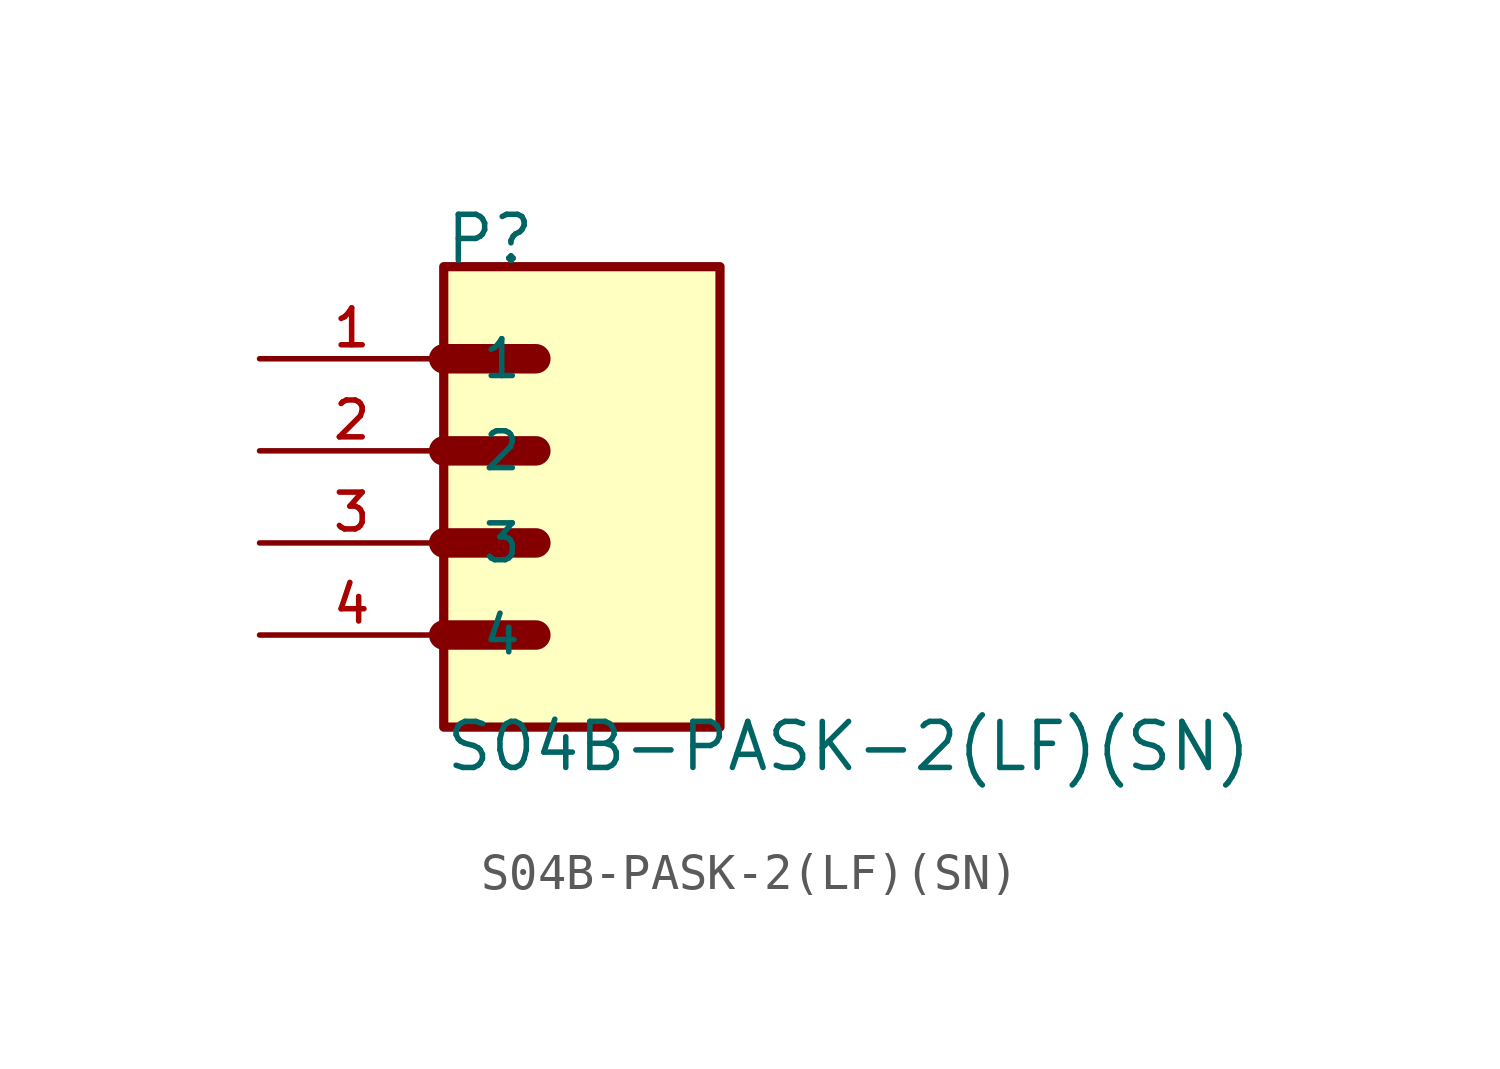
<source format=kicad_sym>
(kicad_symbol_lib
  (version 20211014)
  (generator kicad_symbol_editor)
  (symbol "S04B-PASK-2(LF)(SN)"
    (pin_names
      (offset 1.016))
    (property "Reference" "P"
      (at 0.0 6.361 0)
      (effects (font (size 1.27 1.27)) (justify bottom left)))
    (property "Value" "S04B-PASK-2(LF)(SN)"
      (at 0.0 -7.626 0)
      (effects (font (size 1.27 1.27)) (justify bottom left)))
    (symbol "S04B-PASK-2(LF)(SN)_0_0"
      (polyline (pts (xy 0.0 3.81) (xy 2.54 3.81)) (stroke (width 0.813)))
      (polyline (pts (xy 0.0 1.27) (xy 2.54 1.27)) (stroke (width 0.813)))
      (polyline (pts (xy 0.0 -1.27) (xy 2.54 -1.27)) (stroke (width 0.813)))
      (polyline (pts (xy 0.0 -3.81) (xy 2.54 -3.81)) (stroke (width 0.813)))
      (rectangle (start 8.881784197e-16 -6.35) (end 7.62 6.35) (stroke (width 0.254)) (fill (type background)))
      (pin passive line (at -5.08 3.81 0) (length 5.08) (name "1" (effects (font (size 1.016 1.016)))) (number "1" (effects (font (size 1.016 1.016)))))
      (pin passive line (at -5.08 1.27 0) (length 5.08) (name "2" (effects (font (size 1.016 1.016)))) (number "2" (effects (font (size 1.016 1.016)))))
      (pin passive line (at -5.08 -1.27 0) (length 5.08) (name "3" (effects (font (size 1.016 1.016)))) (number "3" (effects (font (size 1.016 1.016)))))
      (pin passive line (at -5.08 -3.81 0) (length 5.08) (name "4" (effects (font (size 1.016 1.016)))) (number "4" (effects (font (size 1.016 1.016))))))))
</source>
